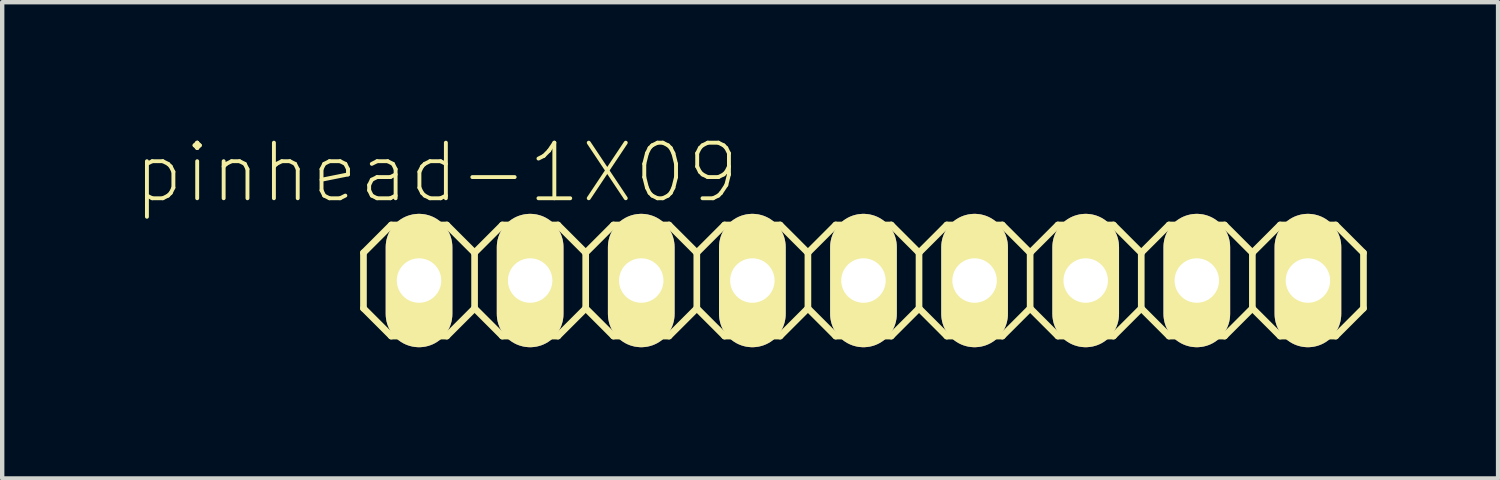
<source format=kicad_pcb>
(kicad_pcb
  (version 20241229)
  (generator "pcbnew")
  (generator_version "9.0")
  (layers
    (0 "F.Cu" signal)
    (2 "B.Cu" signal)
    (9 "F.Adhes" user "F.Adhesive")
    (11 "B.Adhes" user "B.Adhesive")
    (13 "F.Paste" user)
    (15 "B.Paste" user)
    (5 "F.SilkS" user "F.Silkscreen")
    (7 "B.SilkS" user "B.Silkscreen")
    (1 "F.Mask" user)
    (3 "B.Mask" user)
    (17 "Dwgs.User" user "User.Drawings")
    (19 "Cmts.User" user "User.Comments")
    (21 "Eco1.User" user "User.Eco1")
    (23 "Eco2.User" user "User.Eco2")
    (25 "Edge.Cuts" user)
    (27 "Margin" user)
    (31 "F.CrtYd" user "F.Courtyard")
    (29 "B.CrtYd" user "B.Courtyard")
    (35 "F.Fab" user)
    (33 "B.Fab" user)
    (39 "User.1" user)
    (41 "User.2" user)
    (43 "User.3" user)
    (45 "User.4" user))
  (footprint "pinhead-1X09"
    (layer "F.Cu")
    (at 16.532 3.363)
    (property "Reference" "pinhead-1X09" (at -9.601 -2.464 0) (layer "F.SilkS") (effects (font (size 1.27 1.27) (thickness 0.089))))
    (attr exclude_from_pos_files exclude_from_bom)
    (fp_line (start -11.273 -0.635) (end -11.273 0.635) (stroke (width 0.152) (type solid)) (layer "F.SilkS"))
    (fp_line (start -11.273 0.635) (end -10.638 1.27) (stroke (width 0.152) (type solid)) (layer "F.SilkS"))
    (fp_line (start -10.638 -1.27) (end -11.273 -0.635) (stroke (width 0.152) (type solid)) (layer "F.SilkS"))
    (fp_line (start -10.638 -1.27) (end -9.368 -1.27) (stroke (width 0.152) (type solid)) (layer "F.SilkS"))
    (fp_line (start -10.257 -0.254) (end -9.749 -0.254) (stroke (width 0.066) (type solid)) (layer "F.SilkS"))
    (fp_line (start -10.257 0.254) (end -10.257 -0.254) (stroke (width 0.066) (type solid)) (layer "F.SilkS"))
    (fp_line (start -10.257 0.254) (end -9.749 0.254) (stroke (width 0.066) (type solid)) (layer "F.SilkS"))
    (fp_line (start -9.749 0.254) (end -9.749 -0.254) (stroke (width 0.066) (type solid)) (layer "F.SilkS"))
    (fp_line (start -9.368 -1.27) (end -8.733 -0.635) (stroke (width 0.152) (type solid)) (layer "F.SilkS"))
    (fp_line (start -9.368 1.27) (end -10.638 1.27) (stroke (width 0.152) (type solid)) (layer "F.SilkS"))
    (fp_line (start -8.733 -0.635) (end -8.733 0.635) (stroke (width 0.152) (type solid)) (layer "F.SilkS"))
    (fp_line (start -8.733 -0.635) (end -8.098 -1.27) (stroke (width 0.152) (type solid)) (layer "F.SilkS"))
    (fp_line (start -8.733 0.635) (end -9.368 1.27) (stroke (width 0.152) (type solid)) (layer "F.SilkS"))
    (fp_line (start -8.098 -1.27) (end -6.828 -1.27) (stroke (width 0.152) (type solid)) (layer "F.SilkS"))
    (fp_line (start -8.098 1.27) (end -8.733 0.635) (stroke (width 0.152) (type solid)) (layer "F.SilkS"))
    (fp_line (start -7.717 -0.254) (end -7.209 -0.254) (stroke (width 0.066) (type solid)) (layer "F.SilkS"))
    (fp_line (start -7.717 0.254) (end -7.717 -0.254) (stroke (width 0.066) (type solid)) (layer "F.SilkS"))
    (fp_line (start -7.717 0.254) (end -7.209 0.254) (stroke (width 0.066) (type solid)) (layer "F.SilkS"))
    (fp_line (start -7.209 0.254) (end -7.209 -0.254) (stroke (width 0.066) (type solid)) (layer "F.SilkS"))
    (fp_line (start -6.828 -1.27) (end -6.193 -0.635) (stroke (width 0.152) (type solid)) (layer "F.SilkS"))
    (fp_line (start -6.828 1.27) (end -8.098 1.27) (stroke (width 0.152) (type solid)) (layer "F.SilkS"))
    (fp_line (start -6.193 -0.635) (end -6.193 0.635) (stroke (width 0.152) (type solid)) (layer "F.SilkS"))
    (fp_line (start -6.193 -0.635) (end -5.558 -1.27) (stroke (width 0.152) (type solid)) (layer "F.SilkS"))
    (fp_line (start -6.193 0.635) (end -6.828 1.27) (stroke (width 0.152) (type solid)) (layer "F.SilkS"))
    (fp_line (start -5.558 -1.27) (end -4.288 -1.27) (stroke (width 0.152) (type solid)) (layer "F.SilkS"))
    (fp_line (start -5.558 1.27) (end -6.193 0.635) (stroke (width 0.152) (type solid)) (layer "F.SilkS"))
    (fp_line (start -5.177 -0.254) (end -4.669 -0.254) (stroke (width 0.066) (type solid)) (layer "F.SilkS"))
    (fp_line (start -5.177 0.254) (end -5.177 -0.254) (stroke (width 0.066) (type solid)) (layer "F.SilkS"))
    (fp_line (start -5.177 0.254) (end -4.669 0.254) (stroke (width 0.066) (type solid)) (layer "F.SilkS"))
    (fp_line (start -4.669 0.254) (end -4.669 -0.254) (stroke (width 0.066) (type solid)) (layer "F.SilkS"))
    (fp_line (start -4.288 -1.27) (end -3.653 -0.635) (stroke (width 0.152) (type solid)) (layer "F.SilkS"))
    (fp_line (start -4.288 1.27) (end -5.558 1.27) (stroke (width 0.152) (type solid)) (layer "F.SilkS"))
    (fp_line (start -3.653 -0.635) (end -3.653 0.635) (stroke (width 0.152) (type solid)) (layer "F.SilkS"))
    (fp_line (start -3.653 0.635) (end -4.288 1.27) (stroke (width 0.152) (type solid)) (layer "F.SilkS"))
    (fp_line (start -3.653 0.635) (end -3.018 1.27) (stroke (width 0.152) (type solid)) (layer "F.SilkS"))
    (fp_line (start -3.018 -1.27) (end -3.653 -0.635) (stroke (width 0.152) (type solid)) (layer "F.SilkS"))
    (fp_line (start -3.018 -1.27) (end -1.748 -1.27) (stroke (width 0.152) (type solid)) (layer "F.SilkS"))
    (fp_line (start -2.637 -0.254) (end -2.129 -0.254) (stroke (width 0.066) (type solid)) (layer "F.SilkS"))
    (fp_line (start -2.637 0.254) (end -2.637 -0.254) (stroke (width 0.066) (type solid)) (layer "F.SilkS"))
    (fp_line (start -2.637 0.254) (end -2.129 0.254) (stroke (width 0.066) (type solid)) (layer "F.SilkS"))
    (fp_line (start -2.129 0.254) (end -2.129 -0.254) (stroke (width 0.066) (type solid)) (layer "F.SilkS"))
    (fp_line (start -1.748 -1.27) (end -1.113 -0.635) (stroke (width 0.152) (type solid)) (layer "F.SilkS"))
    (fp_line (start -1.748 1.27) (end -3.018 1.27) (stroke (width 0.152) (type solid)) (layer "F.SilkS"))
    (fp_line (start -1.113 -0.635) (end -1.113 0.635) (stroke (width 0.152) (type solid)) (layer "F.SilkS"))
    (fp_line (start -1.113 -0.635) (end -0.478 -1.27) (stroke (width 0.152) (type solid)) (layer "F.SilkS"))
    (fp_line (start -1.113 0.635) (end -1.748 1.27) (stroke (width 0.152) (type solid)) (layer "F.SilkS"))
    (fp_line (start -0.478 -1.27) (end 0.792 -1.27) (stroke (width 0.152) (type solid)) (layer "F.SilkS"))
    (fp_line (start -0.478 1.27) (end -1.113 0.635) (stroke (width 0.152) (type solid)) (layer "F.SilkS"))
    (fp_line (start -0.097 -0.254) (end 0.411 -0.254) (stroke (width 0.066) (type solid)) (layer "F.SilkS"))
    (fp_line (start -0.097 0.254) (end -0.097 -0.254) (stroke (width 0.066) (type solid)) (layer "F.SilkS"))
    (fp_line (start -0.097 0.254) (end 0.411 0.254) (stroke (width 0.066) (type solid)) (layer "F.SilkS"))
    (fp_line (start 0.411 0.254) (end 0.411 -0.254) (stroke (width 0.066) (type solid)) (layer "F.SilkS"))
    (fp_line (start 0.792 -1.27) (end 1.427 -0.635) (stroke (width 0.152) (type solid)) (layer "F.SilkS"))
    (fp_line (start 0.792 1.27) (end -0.478 1.27) (stroke (width 0.152) (type solid)) (layer "F.SilkS"))
    (fp_line (start 1.427 -0.635) (end 1.427 0.635) (stroke (width 0.152) (type solid)) (layer "F.SilkS"))
    (fp_line (start 1.427 -0.635) (end 2.062 -1.27) (stroke (width 0.152) (type solid)) (layer "F.SilkS"))
    (fp_line (start 1.427 0.635) (end 0.792 1.27) (stroke (width 0.152) (type solid)) (layer "F.SilkS"))
    (fp_line (start 2.062 -1.27) (end 3.332 -1.27) (stroke (width 0.152) (type solid)) (layer "F.SilkS"))
    (fp_line (start 2.062 1.27) (end 1.427 0.635) (stroke (width 0.152) (type solid)) (layer "F.SilkS"))
    (fp_line (start 2.443 -0.254) (end 2.951 -0.254) (stroke (width 0.066) (type solid)) (layer "F.SilkS"))
    (fp_line (start 2.443 0.254) (end 2.443 -0.254) (stroke (width 0.066) (type solid)) (layer "F.SilkS"))
    (fp_line (start 2.443 0.254) (end 2.951 0.254) (stroke (width 0.066) (type solid)) (layer "F.SilkS"))
    (fp_line (start 2.951 0.254) (end 2.951 -0.254) (stroke (width 0.066) (type solid)) (layer "F.SilkS"))
    (fp_line (start 3.332 -1.27) (end 3.967 -0.635) (stroke (width 0.152) (type solid)) (layer "F.SilkS"))
    (fp_line (start 3.332 1.27) (end 2.062 1.27) (stroke (width 0.152) (type solid)) (layer "F.SilkS"))
    (fp_line (start 3.967 -0.635) (end 3.967 0.635) (stroke (width 0.152) (type solid)) (layer "F.SilkS"))
    (fp_line (start 3.967 0.635) (end 3.332 1.27) (stroke (width 0.152) (type solid)) (layer "F.SilkS"))
    (fp_line (start 3.967 0.635) (end 4.602 1.27) (stroke (width 0.152) (type solid)) (layer "F.SilkS"))
    (fp_line (start 4.602 -1.27) (end 3.967 -0.635) (stroke (width 0.152) (type solid)) (layer "F.SilkS"))
    (fp_line (start 4.602 -1.27) (end 5.872 -1.27) (stroke (width 0.152) (type solid)) (layer "F.SilkS"))
    (fp_line (start 4.983 -0.254) (end 5.491 -0.254) (stroke (width 0.066) (type solid)) (layer "F.SilkS"))
    (fp_line (start 4.983 0.254) (end 4.983 -0.254) (stroke (width 0.066) (type solid)) (layer "F.SilkS"))
    (fp_line (start 4.983 0.254) (end 5.491 0.254) (stroke (width 0.066) (type solid)) (layer "F.SilkS"))
    (fp_line (start 5.491 0.254) (end 5.491 -0.254) (stroke (width 0.066) (type solid)) (layer "F.SilkS"))
    (fp_line (start 5.872 -1.27) (end 6.507 -0.635) (stroke (width 0.152) (type solid)) (layer "F.SilkS"))
    (fp_line (start 5.872 1.27) (end 4.602 1.27) (stroke (width 0.152) (type solid)) (layer "F.SilkS"))
    (fp_line (start 6.507 -0.635) (end 6.507 0.635) (stroke (width 0.152) (type solid)) (layer "F.SilkS"))
    (fp_line (start 6.507 -0.635) (end 7.142 -1.27) (stroke (width 0.152) (type solid)) (layer "F.SilkS"))
    (fp_line (start 6.507 0.635) (end 5.872 1.27) (stroke (width 0.152) (type solid)) (layer "F.SilkS"))
    (fp_line (start 7.142 -1.27) (end 8.412 -1.27) (stroke (width 0.152) (type solid)) (layer "F.SilkS"))
    (fp_line (start 7.142 1.27) (end 6.507 0.635) (stroke (width 0.152) (type solid)) (layer "F.SilkS"))
    (fp_line (start 7.523 -0.254) (end 8.031 -0.254) (stroke (width 0.066) (type solid)) (layer "F.SilkS"))
    (fp_line (start 7.523 0.254) (end 7.523 -0.254) (stroke (width 0.066) (type solid)) (layer "F.SilkS"))
    (fp_line (start 7.523 0.254) (end 8.031 0.254) (stroke (width 0.066) (type solid)) (layer "F.SilkS"))
    (fp_line (start 8.031 0.254) (end 8.031 -0.254) (stroke (width 0.066) (type solid)) (layer "F.SilkS"))
    (fp_line (start 8.412 -1.27) (end 9.047 -0.635) (stroke (width 0.152) (type solid)) (layer "F.SilkS"))
    (fp_line (start 8.412 1.27) (end 7.142 1.27) (stroke (width 0.152) (type solid)) (layer "F.SilkS"))
    (fp_line (start 9.047 -0.635) (end 9.047 0.635) (stroke (width 0.152) (type solid)) (layer "F.SilkS"))
    (fp_line (start 9.047 -0.635) (end 9.682 -1.27) (stroke (width 0.152) (type solid)) (layer "F.SilkS"))
    (fp_line (start 9.047 0.635) (end 8.412 1.27) (stroke (width 0.152) (type solid)) (layer "F.SilkS"))
    (fp_line (start 9.682 -1.27) (end 10.952 -1.27) (stroke (width 0.152) (type solid)) (layer "F.SilkS"))
    (fp_line (start 9.682 1.27) (end 9.047 0.635) (stroke (width 0.152) (type solid)) (layer "F.SilkS"))
    (fp_line (start 10.063 -0.254) (end 10.571 -0.254) (stroke (width 0.066) (type solid)) (layer "F.SilkS"))
    (fp_line (start 10.063 0.254) (end 10.063 -0.254) (stroke (width 0.066) (type solid)) (layer "F.SilkS"))
    (fp_line (start 10.063 0.254) (end 10.571 0.254) (stroke (width 0.066) (type solid)) (layer "F.SilkS"))
    (fp_line (start 10.571 0.254) (end 10.571 -0.254) (stroke (width 0.066) (type solid)) (layer "F.SilkS"))
    (fp_line (start 10.952 -1.27) (end 11.587 -0.635) (stroke (width 0.152) (type solid)) (layer "F.SilkS"))
    (fp_line (start 10.952 1.27) (end 9.682 1.27) (stroke (width 0.152) (type solid)) (layer "F.SilkS"))
    (fp_line (start 11.587 -0.635) (end 11.587 0.635) (stroke (width 0.152) (type solid)) (layer "F.SilkS"))
    (fp_line (start 11.587 0.635) (end 10.952 1.27) (stroke (width 0.152) (type solid)) (layer "F.SilkS"))
    (pad "1" thru_hole oval (at -10.003 0) (size 1.524 3.048) (drill 1.016) (layers "*.Cu" "*.Mask" "F.SilkS"))
    (pad "2" thru_hole oval (at -7.463 0) (size 1.524 3.048) (drill 1.016) (layers "*.Cu" "*.Mask" "F.SilkS"))
    (pad "3" thru_hole oval (at -4.923 0) (size 1.524 3.048) (drill 1.016) (layers "*.Cu" "*.Mask" "F.SilkS"))
    (pad "4" thru_hole oval (at -2.383 0) (size 1.524 3.048) (drill 1.016) (layers "*.Cu" "*.Mask" "F.SilkS"))
    (pad "5" thru_hole oval (at 0.157 0) (size 1.524 3.048) (drill 1.016) (layers "*.Cu" "*.Mask" "F.SilkS"))
    (pad "6" thru_hole oval (at 2.697 0) (size 1.524 3.048) (drill 1.016) (layers "*.Cu" "*.Mask" "F.SilkS"))
    (pad "7" thru_hole oval (at 5.237 0) (size 1.524 3.048) (drill 1.016) (layers "*.Cu" "*.Mask" "F.SilkS"))
    (pad "8" thru_hole oval (at 7.777 0) (size 1.524 3.048) (drill 1.016) (layers "*.Cu" "*.Mask" "F.SilkS"))
    (pad "9" thru_hole oval (at 10.317 0) (size 1.524 3.048) (drill 1.016) (layers "*.Cu" "*.Mask" "F.SilkS")))
  (gr_rect
    (start -3 -3)
    (end 31.196 7.887)
    (stroke (width 0.1) (type default))
    (fill no)
    (layer "Edge.Cuts")))
</source>
